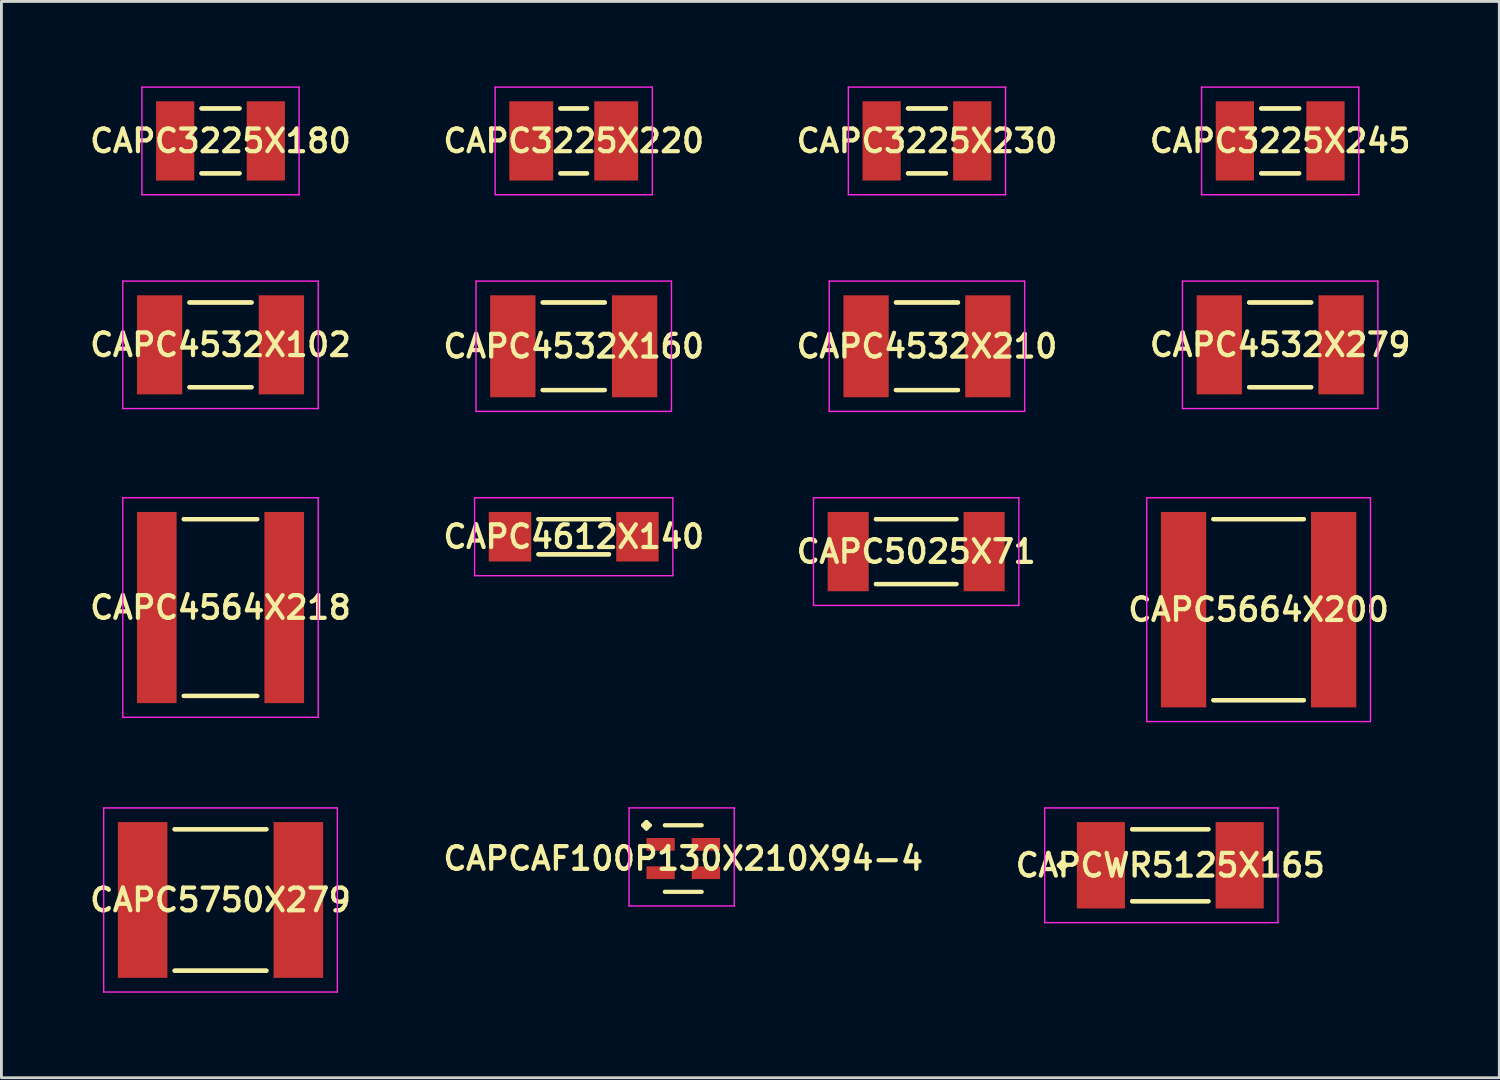
<source format=kicad_pcb>
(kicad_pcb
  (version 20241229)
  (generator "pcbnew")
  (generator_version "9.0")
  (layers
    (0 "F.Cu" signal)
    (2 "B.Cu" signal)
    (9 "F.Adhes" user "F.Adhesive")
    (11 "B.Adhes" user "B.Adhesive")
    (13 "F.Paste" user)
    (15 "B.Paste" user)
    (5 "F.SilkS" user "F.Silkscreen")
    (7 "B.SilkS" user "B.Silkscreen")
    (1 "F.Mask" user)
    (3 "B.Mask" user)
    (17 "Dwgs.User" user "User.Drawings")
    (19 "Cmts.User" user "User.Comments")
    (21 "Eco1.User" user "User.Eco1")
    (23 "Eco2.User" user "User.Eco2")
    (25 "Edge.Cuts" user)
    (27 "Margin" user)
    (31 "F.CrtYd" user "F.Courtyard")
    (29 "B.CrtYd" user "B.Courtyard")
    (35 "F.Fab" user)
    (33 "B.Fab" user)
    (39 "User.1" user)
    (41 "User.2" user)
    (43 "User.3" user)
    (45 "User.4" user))
  (footprint "CAPC4532X160"
    (layer "F.Cu")
    (at 17.206 9.175)
    (property "Reference" "CAPC4532X160" (at 0 0 0) (layer "F.SilkS") (effects (font (size 0.8 0.8) (thickness 0.15))))
    (attr smd)
    (fp_line (start -1.096 -1.546) (end 1.096 -1.546) (stroke (width 0.15) (type solid)) (layer "F.SilkS"))
    (fp_line (start -1.096 1.546) (end 1.096 1.546) (stroke (width 0.15) (type solid)) (layer "F.SilkS"))
    (fp_line (start 1.096 -1.546) (end -1.096 -1.546) (stroke (width 0.15) (type solid)) (layer "F.SilkS"))
    (fp_line (start 1.096 1.546) (end -1.096 1.546) (stroke (width 0.15) (type solid)) (layer "F.SilkS"))
    (fp_line (start -3.45 -2.3) (end 3.45 -2.3) (stroke (width 0.05) (type solid)) (layer "F.CrtYd"))
    (fp_line (start -3.45 2.3) (end -3.45 -2.3) (stroke (width 0.05) (type solid)) (layer "F.CrtYd"))
    (fp_line (start 3.45 -2.3) (end 3.45 2.3) (stroke (width 0.05) (type solid)) (layer "F.CrtYd"))
    (fp_line (start 3.45 2.3) (end -3.45 2.3) (stroke (width 0.05) (type solid)) (layer "F.CrtYd"))
    (pad "1" smd rect (at -2.15 0) (size 1.6 3.6) (layers "F.Cu" "F.Mask" "F.Paste"))
    (pad "2" smd rect (at 2.15 0) (size 1.6 3.6) (layers "F.Cu" "F.Mask" "F.Paste")))
  (footprint "CAPC3225X220"
    (layer "F.Cu")
    (at 17.206 1.925)
    (property "Reference" "CAPC3225X220" (at 0 0 0) (layer "F.SilkS") (effects (font (size 0.8 0.8) (thickness 0.15))))
    (attr smd)
    (fp_line (start -0.471 -1.146) (end 0.471 -1.146) (stroke (width 0.15) (type solid)) (layer "F.SilkS"))
    (fp_line (start -0.471 1.146) (end 0.471 1.146) (stroke (width 0.15) (type solid)) (layer "F.SilkS"))
    (fp_line (start 0.471 -1.146) (end -0.471 -1.146) (stroke (width 0.15) (type solid)) (layer "F.SilkS"))
    (fp_line (start 0.471 1.146) (end -0.471 1.146) (stroke (width 0.15) (type solid)) (layer "F.SilkS"))
    (fp_line (start -2.775 -1.9) (end 2.775 -1.9) (stroke (width 0.05) (type solid)) (layer "F.CrtYd"))
    (fp_line (start -2.775 1.9) (end -2.775 -1.9) (stroke (width 0.05) (type solid)) (layer "F.CrtYd"))
    (fp_line (start 2.775 -1.9) (end 2.775 1.9) (stroke (width 0.05) (type solid)) (layer "F.CrtYd"))
    (fp_line (start 2.775 1.9) (end -2.775 1.9) (stroke (width 0.05) (type solid)) (layer "F.CrtYd"))
    (pad "1" smd rect (at -1.5 0) (size 1.55 2.8) (layers "F.Cu" "F.Mask" "F.Paste"))
    (pad "2" smd rect (at 1.5 0) (size 1.55 2.8) (layers "F.Cu" "F.Mask" "F.Paste")))
  (footprint "CAPC5025X71"
    (layer "F.Cu")
    (at 29.296 16.425)
    (property "Reference" "CAPC5025X71" (at 0 0 0) (layer "F.SilkS") (effects (font (size 0.8 0.8) (thickness 0.15))))
    (attr smd)
    (fp_line (start -1.421 -1.146) (end 1.421 -1.146) (stroke (width 0.15) (type solid)) (layer "F.SilkS"))
    (fp_line (start -1.421 1.146) (end 1.421 1.146) (stroke (width 0.15) (type solid)) (layer "F.SilkS"))
    (fp_line (start 1.421 -1.146) (end -1.421 -1.146) (stroke (width 0.15) (type solid)) (layer "F.SilkS"))
    (fp_line (start 1.421 1.146) (end -1.421 1.146) (stroke (width 0.15) (type solid)) (layer "F.SilkS"))
    (fp_line (start -3.625 -1.9) (end 3.625 -1.9) (stroke (width 0.05) (type solid)) (layer "F.CrtYd"))
    (fp_line (start -3.625 1.9) (end -3.625 -1.9) (stroke (width 0.05) (type solid)) (layer "F.CrtYd"))
    (fp_line (start 3.625 -1.9) (end 3.625 1.9) (stroke (width 0.05) (type solid)) (layer "F.CrtYd"))
    (fp_line (start 3.625 1.9) (end -3.625 1.9) (stroke (width 0.05) (type solid)) (layer "F.CrtYd"))
    (pad "1" smd rect (at -2.4 0) (size 1.45 2.8) (layers "F.Cu" "F.Mask" "F.Paste"))
    (pad "2" smd rect (at 2.4 0) (size 1.45 2.8) (layers "F.Cu" "F.Mask" "F.Paste")))
  (footprint "CAPC3225X230"
    (layer "F.Cu")
    (at 29.677 1.925)
    (property "Reference" "CAPC3225X230" (at 0 0 0) (layer "F.SilkS") (effects (font (size 0.8 0.8) (thickness 0.15))))
    (attr smd)
    (fp_line (start -0.671 -1.146) (end 0.671 -1.146) (stroke (width 0.15) (type solid)) (layer "F.SilkS"))
    (fp_line (start -0.671 1.146) (end 0.671 1.146) (stroke (width 0.15) (type solid)) (layer "F.SilkS"))
    (fp_line (start 0.671 -1.146) (end -0.671 -1.146) (stroke (width 0.15) (type solid)) (layer "F.SilkS"))
    (fp_line (start 0.671 1.146) (end -0.671 1.146) (stroke (width 0.15) (type solid)) (layer "F.SilkS"))
    (fp_line (start -2.775 -1.9) (end 2.775 -1.9) (stroke (width 0.05) (type solid)) (layer "F.CrtYd"))
    (fp_line (start -2.775 1.9) (end -2.775 -1.9) (stroke (width 0.05) (type solid)) (layer "F.CrtYd"))
    (fp_line (start 2.775 -1.9) (end 2.775 1.9) (stroke (width 0.05) (type solid)) (layer "F.CrtYd"))
    (fp_line (start 2.775 1.9) (end -2.775 1.9) (stroke (width 0.05) (type solid)) (layer "F.CrtYd"))
    (pad "1" smd rect (at -1.6 0) (size 1.35 2.8) (layers "F.Cu" "F.Mask" "F.Paste"))
    (pad "2" smd rect (at 1.6 0) (size 1.35 2.8) (layers "F.Cu" "F.Mask" "F.Paste")))
  (footprint "CAPC3225X180"
    (layer "F.Cu")
    (at 4.735 1.925)
    (property "Reference" "CAPC3225X180" (at 0 0 0) (layer "F.SilkS") (effects (font (size 0.8 0.8) (thickness 0.15))))
    (attr smd)
    (fp_line (start -0.671 -1.146) (end 0.671 -1.146) (stroke (width 0.15) (type solid)) (layer "F.SilkS"))
    (fp_line (start -0.671 1.146) (end 0.671 1.146) (stroke (width 0.15) (type solid)) (layer "F.SilkS"))
    (fp_line (start 0.671 -1.146) (end -0.671 -1.146) (stroke (width 0.15) (type solid)) (layer "F.SilkS"))
    (fp_line (start 0.671 1.146) (end -0.671 1.146) (stroke (width 0.15) (type solid)) (layer "F.SilkS"))
    (fp_line (start -2.775 -1.9) (end 2.775 -1.9) (stroke (width 0.05) (type solid)) (layer "F.CrtYd"))
    (fp_line (start -2.775 1.9) (end -2.775 -1.9) (stroke (width 0.05) (type solid)) (layer "F.CrtYd"))
    (fp_line (start 2.775 -1.9) (end 2.775 1.9) (stroke (width 0.05) (type solid)) (layer "F.CrtYd"))
    (fp_line (start 2.775 1.9) (end -2.775 1.9) (stroke (width 0.05) (type solid)) (layer "F.CrtYd"))
    (pad "1" smd rect (at -1.6 0) (size 1.35 2.8) (layers "F.Cu" "F.Mask" "F.Paste"))
    (pad "2" smd rect (at 1.6 0) (size 1.35 2.8) (layers "F.Cu" "F.Mask" "F.Paste")))
  (footprint "CAPCWR5125X165"
    (layer "F.Cu")
    (at 38.268 27.5)
    (property "Reference" "CAPCWR5125X165" (at 0 0 0) (layer "F.SilkS") (effects (font (size 0.8 0.8) (thickness 0.15))))
    (attr smd)
    (fp_line (start -3.935 0) (end -3.808 -0.127) (stroke (width 0.15) (type solid)) (layer "F.SilkS"))
    (fp_line (start -3.808 -0.127) (end -3.681 0) (stroke (width 0.15) (type solid)) (layer "F.SilkS"))
    (fp_line (start -3.808 0.127) (end -3.935 0) (stroke (width 0.15) (type solid)) (layer "F.SilkS"))
    (fp_line (start -3.681 0) (end -3.808 0.127) (stroke (width 0.15) (type solid)) (layer "F.SilkS"))
    (fp_line (start -1.346 -1.271) (end 1.346 -1.271) (stroke (width 0.15) (type solid)) (layer "F.SilkS"))
    (fp_line (start -1.346 1.271) (end 1.346 1.271) (stroke (width 0.15) (type solid)) (layer "F.SilkS"))
    (fp_line (start 1.346 -1.271) (end -1.346 -1.271) (stroke (width 0.15) (type solid)) (layer "F.SilkS"))
    (fp_line (start 1.346 1.271) (end -1.346 1.271) (stroke (width 0.15) (type solid)) (layer "F.SilkS"))
    (fp_line (start -4.435 -2.025) (end 3.8 -2.025) (stroke (width 0.05) (type solid)) (layer "F.CrtYd"))
    (fp_line (start -4.435 2.025) (end -4.435 -2.025) (stroke (width 0.05) (type solid)) (layer "F.CrtYd"))
    (fp_line (start 3.8 -2.025) (end 3.8 2.025) (stroke (width 0.05) (type solid)) (layer "F.CrtYd"))
    (fp_line (start 3.8 2.025) (end -4.435 2.025) (stroke (width 0.05) (type solid)) (layer "F.CrtYd"))
    (pad "1" smd rect (at -2.45 0) (size 1.7 3.05) (layers "F.Cu" "F.Mask" "F.Paste"))
    (pad "2" smd rect (at 2.45 0) (size 1.7 3.05) (layers "F.Cu" "F.Mask" "F.Paste")))
  (footprint "CAPC5664X200"
    (layer "F.Cu")
    (at 41.386 18.475)
    (property "Reference" "CAPC5664X200" (at 0 0 0) (layer "F.SilkS") (effects (font (size 0.8 0.8) (thickness 0.15))))
    (attr smd)
    (fp_line (start -1.596 -3.196) (end 1.596 -3.196) (stroke (width 0.15) (type solid)) (layer "F.SilkS"))
    (fp_line (start -1.596 3.196) (end 1.596 3.196) (stroke (width 0.15) (type solid)) (layer "F.SilkS"))
    (fp_line (start 1.596 -3.196) (end -1.596 -3.196) (stroke (width 0.15) (type solid)) (layer "F.SilkS"))
    (fp_line (start 1.596 3.196) (end -1.596 3.196) (stroke (width 0.15) (type solid)) (layer "F.SilkS"))
    (fp_line (start -3.95 -3.95) (end 3.95 -3.95) (stroke (width 0.05) (type solid)) (layer "F.CrtYd"))
    (fp_line (start -3.95 3.95) (end -3.95 -3.95) (stroke (width 0.05) (type solid)) (layer "F.CrtYd"))
    (fp_line (start 3.95 -3.95) (end 3.95 3.95) (stroke (width 0.05) (type solid)) (layer "F.CrtYd"))
    (fp_line (start 3.95 3.95) (end -3.95 3.95) (stroke (width 0.05) (type solid)) (layer "F.CrtYd"))
    (pad "1" smd rect (at -2.65 0) (size 1.6 6.9) (layers "F.Cu" "F.Mask" "F.Paste"))
    (pad "2" smd rect (at 2.65 0) (size 1.6 6.9) (layers "F.Cu" "F.Mask" "F.Paste")))
  (footprint "CAPC4612X140"
    (layer "F.Cu")
    (at 17.206 15.9)
    (property "Reference" "CAPC4612X140" (at 0 0 0) (layer "F.SilkS") (effects (font (size 0.8 0.8) (thickness 0.15))))
    (attr smd)
    (fp_line (start -1.246 -0.621) (end 1.246 -0.621) (stroke (width 0.15) (type solid)) (layer "F.SilkS"))
    (fp_line (start -1.246 0.621) (end 1.246 0.621) (stroke (width 0.15) (type solid)) (layer "F.SilkS"))
    (fp_line (start 1.246 -0.621) (end -1.246 -0.621) (stroke (width 0.15) (type solid)) (layer "F.SilkS"))
    (fp_line (start 1.246 0.621) (end -1.246 0.621) (stroke (width 0.15) (type solid)) (layer "F.SilkS"))
    (fp_line (start -3.5 -1.375) (end 3.5 -1.375) (stroke (width 0.05) (type solid)) (layer "F.CrtYd"))
    (fp_line (start -3.5 1.375) (end -3.5 -1.375) (stroke (width 0.05) (type solid)) (layer "F.CrtYd"))
    (fp_line (start 3.5 -1.375) (end 3.5 1.375) (stroke (width 0.05) (type solid)) (layer "F.CrtYd"))
    (fp_line (start 3.5 1.375) (end -3.5 1.375) (stroke (width 0.05) (type solid)) (layer "F.CrtYd"))
    (pad "1" smd rect (at -2.25 0) (size 1.5 1.75) (layers "F.Cu" "F.Mask" "F.Paste"))
    (pad "2" smd rect (at 2.25 0) (size 1.5 1.75) (layers "F.Cu" "F.Mask" "F.Paste")))
  (footprint "CAPC4532X279"
    (layer "F.Cu")
    (at 42.148 9.125)
    (property "Reference" "CAPC4532X279" (at 0 0 0) (layer "F.SilkS") (effects (font (size 0.8 0.8) (thickness 0.15))))
    (attr smd)
    (fp_line (start -1.096 -1.496) (end 1.096 -1.496) (stroke (width 0.15) (type solid)) (layer "F.SilkS"))
    (fp_line (start -1.096 1.496) (end 1.096 1.496) (stroke (width 0.15) (type solid)) (layer "F.SilkS"))
    (fp_line (start 1.096 -1.496) (end -1.096 -1.496) (stroke (width 0.15) (type solid)) (layer "F.SilkS"))
    (fp_line (start 1.096 1.496) (end -1.096 1.496) (stroke (width 0.15) (type solid)) (layer "F.SilkS"))
    (fp_line (start -3.45 -2.25) (end 3.45 -2.25) (stroke (width 0.05) (type solid)) (layer "F.CrtYd"))
    (fp_line (start -3.45 2.25) (end -3.45 -2.25) (stroke (width 0.05) (type solid)) (layer "F.CrtYd"))
    (fp_line (start 3.45 -2.25) (end 3.45 2.25) (stroke (width 0.05) (type solid)) (layer "F.CrtYd"))
    (fp_line (start 3.45 2.25) (end -3.45 2.25) (stroke (width 0.05) (type solid)) (layer "F.CrtYd"))
    (pad "1" smd rect (at -2.15 0) (size 1.6 3.5) (layers "F.Cu" "F.Mask" "F.Paste"))
    (pad "2" smd rect (at 2.15 0) (size 1.6 3.5) (layers "F.Cu" "F.Mask" "F.Paste")))
  (footprint "CAPC4532X102"
    (layer "F.Cu")
    (at 4.735 9.125)
    (property "Reference" "CAPC4532X102" (at 0 0 0) (layer "F.SilkS") (effects (font (size 0.8 0.8) (thickness 0.15))))
    (attr smd)
    (fp_line (start -1.096 -1.496) (end 1.096 -1.496) (stroke (width 0.15) (type solid)) (layer "F.SilkS"))
    (fp_line (start -1.096 1.496) (end 1.096 1.496) (stroke (width 0.15) (type solid)) (layer "F.SilkS"))
    (fp_line (start 1.096 -1.496) (end -1.096 -1.496) (stroke (width 0.15) (type solid)) (layer "F.SilkS"))
    (fp_line (start 1.096 1.496) (end -1.096 1.496) (stroke (width 0.15) (type solid)) (layer "F.SilkS"))
    (fp_line (start -3.45 -2.25) (end 3.45 -2.25) (stroke (width 0.05) (type solid)) (layer "F.CrtYd"))
    (fp_line (start -3.45 2.25) (end -3.45 -2.25) (stroke (width 0.05) (type solid)) (layer "F.CrtYd"))
    (fp_line (start 3.45 -2.25) (end 3.45 2.25) (stroke (width 0.05) (type solid)) (layer "F.CrtYd"))
    (fp_line (start 3.45 2.25) (end -3.45 2.25) (stroke (width 0.05) (type solid)) (layer "F.CrtYd"))
    (pad "1" smd rect (at -2.15 0) (size 1.6 3.5) (layers "F.Cu" "F.Mask" "F.Paste"))
    (pad "2" smd rect (at 2.15 0) (size 1.6 3.5) (layers "F.Cu" "F.Mask" "F.Paste")))
  (footprint "CAPC3225X245"
    (layer "F.Cu")
    (at 42.148 1.925)
    (property "Reference" "CAPC3225X245" (at 0 0 0) (layer "F.SilkS") (effects (font (size 0.8 0.8) (thickness 0.15))))
    (attr smd)
    (fp_line (start -0.671 -1.146) (end 0.671 -1.146) (stroke (width 0.15) (type solid)) (layer "F.SilkS"))
    (fp_line (start -0.671 1.146) (end 0.671 1.146) (stroke (width 0.15) (type solid)) (layer "F.SilkS"))
    (fp_line (start 0.671 -1.146) (end -0.671 -1.146) (stroke (width 0.15) (type solid)) (layer "F.SilkS"))
    (fp_line (start 0.671 1.146) (end -0.671 1.146) (stroke (width 0.15) (type solid)) (layer "F.SilkS"))
    (fp_line (start -2.775 -1.9) (end 2.775 -1.9) (stroke (width 0.05) (type solid)) (layer "F.CrtYd"))
    (fp_line (start -2.775 1.9) (end -2.775 -1.9) (stroke (width 0.05) (type solid)) (layer "F.CrtYd"))
    (fp_line (start 2.775 -1.9) (end 2.775 1.9) (stroke (width 0.05) (type solid)) (layer "F.CrtYd"))
    (fp_line (start 2.775 1.9) (end -2.775 1.9) (stroke (width 0.05) (type solid)) (layer "F.CrtYd"))
    (pad "1" smd rect (at -1.6 0) (size 1.35 2.8) (layers "F.Cu" "F.Mask" "F.Paste"))
    (pad "2" smd rect (at 1.6 0) (size 1.35 2.8) (layers "F.Cu" "F.Mask" "F.Paste")))
  (footprint "CAPC5750X279"
    (layer "F.Cu")
    (at 4.735 28.725)
    (property "Reference" "CAPC5750X279" (at 0 0 0) (layer "F.SilkS") (effects (font (size 0.8 0.8) (thickness 0.15))))
    (attr smd)
    (fp_line (start -1.621 -2.496) (end 1.621 -2.496) (stroke (width 0.15) (type solid)) (layer "F.SilkS"))
    (fp_line (start -1.621 2.496) (end 1.621 2.496) (stroke (width 0.15) (type solid)) (layer "F.SilkS"))
    (fp_line (start 1.621 -2.496) (end -1.621 -2.496) (stroke (width 0.15) (type solid)) (layer "F.SilkS"))
    (fp_line (start 1.621 2.496) (end -1.621 2.496) (stroke (width 0.15) (type solid)) (layer "F.SilkS"))
    (fp_line (start -4.125 -3.25) (end 4.125 -3.25) (stroke (width 0.05) (type solid)) (layer "F.CrtYd"))
    (fp_line (start -4.125 3.25) (end -4.125 -3.25) (stroke (width 0.05) (type solid)) (layer "F.CrtYd"))
    (fp_line (start 4.125 -3.25) (end 4.125 3.25) (stroke (width 0.05) (type solid)) (layer "F.CrtYd"))
    (fp_line (start 4.125 3.25) (end -4.125 3.25) (stroke (width 0.05) (type solid)) (layer "F.CrtYd"))
    (pad "1" smd rect (at -2.75 0) (size 1.75 5.5) (layers "F.Cu" "F.Mask" "F.Paste"))
    (pad "2" smd rect (at 2.75 0) (size 1.75 5.5) (layers "F.Cu" "F.Mask" "F.Paste")))
  (footprint "CAPC4532X210"
    (layer "F.Cu")
    (at 29.677 9.175)
    (property "Reference" "CAPC4532X210" (at 0 0 0) (layer "F.SilkS") (effects (font (size 0.8 0.8) (thickness 0.15))))
    (attr smd)
    (fp_line (start -1.096 -1.546) (end 1.096 -1.546) (stroke (width 0.15) (type solid)) (layer "F.SilkS"))
    (fp_line (start -1.096 1.546) (end 1.096 1.546) (stroke (width 0.15) (type solid)) (layer "F.SilkS"))
    (fp_line (start 1.096 -1.546) (end -1.096 -1.546) (stroke (width 0.15) (type solid)) (layer "F.SilkS"))
    (fp_line (start 1.096 1.546) (end -1.096 1.546) (stroke (width 0.15) (type solid)) (layer "F.SilkS"))
    (fp_line (start -3.45 -2.3) (end 3.45 -2.3) (stroke (width 0.05) (type solid)) (layer "F.CrtYd"))
    (fp_line (start -3.45 2.3) (end -3.45 -2.3) (stroke (width 0.05) (type solid)) (layer "F.CrtYd"))
    (fp_line (start 3.45 -2.3) (end 3.45 2.3) (stroke (width 0.05) (type solid)) (layer "F.CrtYd"))
    (fp_line (start 3.45 2.3) (end -3.45 2.3) (stroke (width 0.05) (type solid)) (layer "F.CrtYd"))
    (pad "1" smd rect (at -2.15 0) (size 1.6 3.6) (layers "F.Cu" "F.Mask" "F.Paste"))
    (pad "2" smd rect (at 2.15 0) (size 1.6 3.6) (layers "F.Cu" "F.Mask" "F.Paste")))
  (footprint "CAPC4564X218"
    (layer "F.Cu")
    (at 4.735 18.4)
    (property "Reference" "CAPC4564X218" (at 0 0 0) (layer "F.SilkS") (effects (font (size 0.8 0.8) (thickness 0.15))))
    (attr smd)
    (fp_line (start -1.296 -3.121) (end 1.296 -3.121) (stroke (width 0.15) (type solid)) (layer "F.SilkS"))
    (fp_line (start -1.296 3.121) (end 1.296 3.121) (stroke (width 0.15) (type solid)) (layer "F.SilkS"))
    (fp_line (start 1.296 -3.121) (end -1.296 -3.121) (stroke (width 0.15) (type solid)) (layer "F.SilkS"))
    (fp_line (start 1.296 3.121) (end -1.296 3.121) (stroke (width 0.15) (type solid)) (layer "F.SilkS"))
    (fp_line (start -3.45 -3.875) (end 3.45 -3.875) (stroke (width 0.05) (type solid)) (layer "F.CrtYd"))
    (fp_line (start -3.45 3.875) (end -3.45 -3.875) (stroke (width 0.05) (type solid)) (layer "F.CrtYd"))
    (fp_line (start 3.45 -3.875) (end 3.45 3.875) (stroke (width 0.05) (type solid)) (layer "F.CrtYd"))
    (fp_line (start 3.45 3.875) (end -3.45 3.875) (stroke (width 0.05) (type solid)) (layer "F.CrtYd"))
    (pad "1" smd rect (at -2.25 0) (size 1.4 6.75) (layers "F.Cu" "F.Mask" "F.Paste"))
    (pad "2" smd rect (at 2.25 0) (size 1.4 6.75) (layers "F.Cu" "F.Mask" "F.Paste")))
  (footprint "CAPCAF100P130X210X94-4"
    (layer "F.Cu")
    (at 21.073 27.262)
    (property "Reference" "CAPCAF100P130X210X94-4" (at 0 0 0) (layer "F.SilkS") (effects (font (size 0.8 0.8) (thickness 0.15))))
    (attr smd)
    (fp_line (start -1.413 -1.175) (end -1.3 -1.288) (stroke (width 0.15) (type solid)) (layer "F.SilkS"))
    (fp_line (start -1.3 -1.288) (end -1.188 -1.175) (stroke (width 0.15) (type solid)) (layer "F.SilkS"))
    (fp_line (start -1.3 -1.062) (end -1.413 -1.175) (stroke (width 0.15) (type solid)) (layer "F.SilkS"))
    (fp_line (start -1.188 -1.175) (end -1.3 -1.062) (stroke (width 0.15) (type solid)) (layer "F.SilkS"))
    (fp_line (start -0.65 -1.175) (end 0.65 -1.175) (stroke (width 0.15) (type solid)) (layer "F.SilkS"))
    (fp_line (start -0.65 1.175) (end 0.65 1.175) (stroke (width 0.15) (type solid)) (layer "F.SilkS"))
    (fp_line (start -1.913 -1.788) (end 1.8 -1.788) (stroke (width 0.05) (type solid)) (layer "F.CrtYd"))
    (fp_line (start -1.913 1.675) (end -1.913 -1.788) (stroke (width 0.05) (type solid)) (layer "F.CrtYd"))
    (fp_line (start 1.8 -1.788) (end 1.8 1.675) (stroke (width 0.05) (type solid)) (layer "F.CrtYd"))
    (fp_line (start 1.8 1.675) (end -1.913 1.675) (stroke (width 0.05) (type solid)) (layer "F.CrtYd"))
    (pad "1" smd rect (at -0.8 -0.5) (size 1 0.45) (layers "F.Cu" "F.Mask" "F.Paste"))
    (pad "2" smd rect (at -0.8 0.5) (size 1 0.45) (layers "F.Cu" "F.Mask" "F.Paste"))
    (pad "3" smd rect (at 0.8 0.5) (size 1 0.45) (layers "F.Cu" "F.Mask" "F.Paste"))
    (pad "4" smd rect (at 0.8 -0.5) (size 1 0.45) (layers "F.Cu" "F.Mask" "F.Paste")))
  (gr_rect
    (start -3 -3)
    (end 49.884 35)
    (stroke (width 0.1) (type default))
    (fill no)
    (layer "Edge.Cuts")))
</source>
